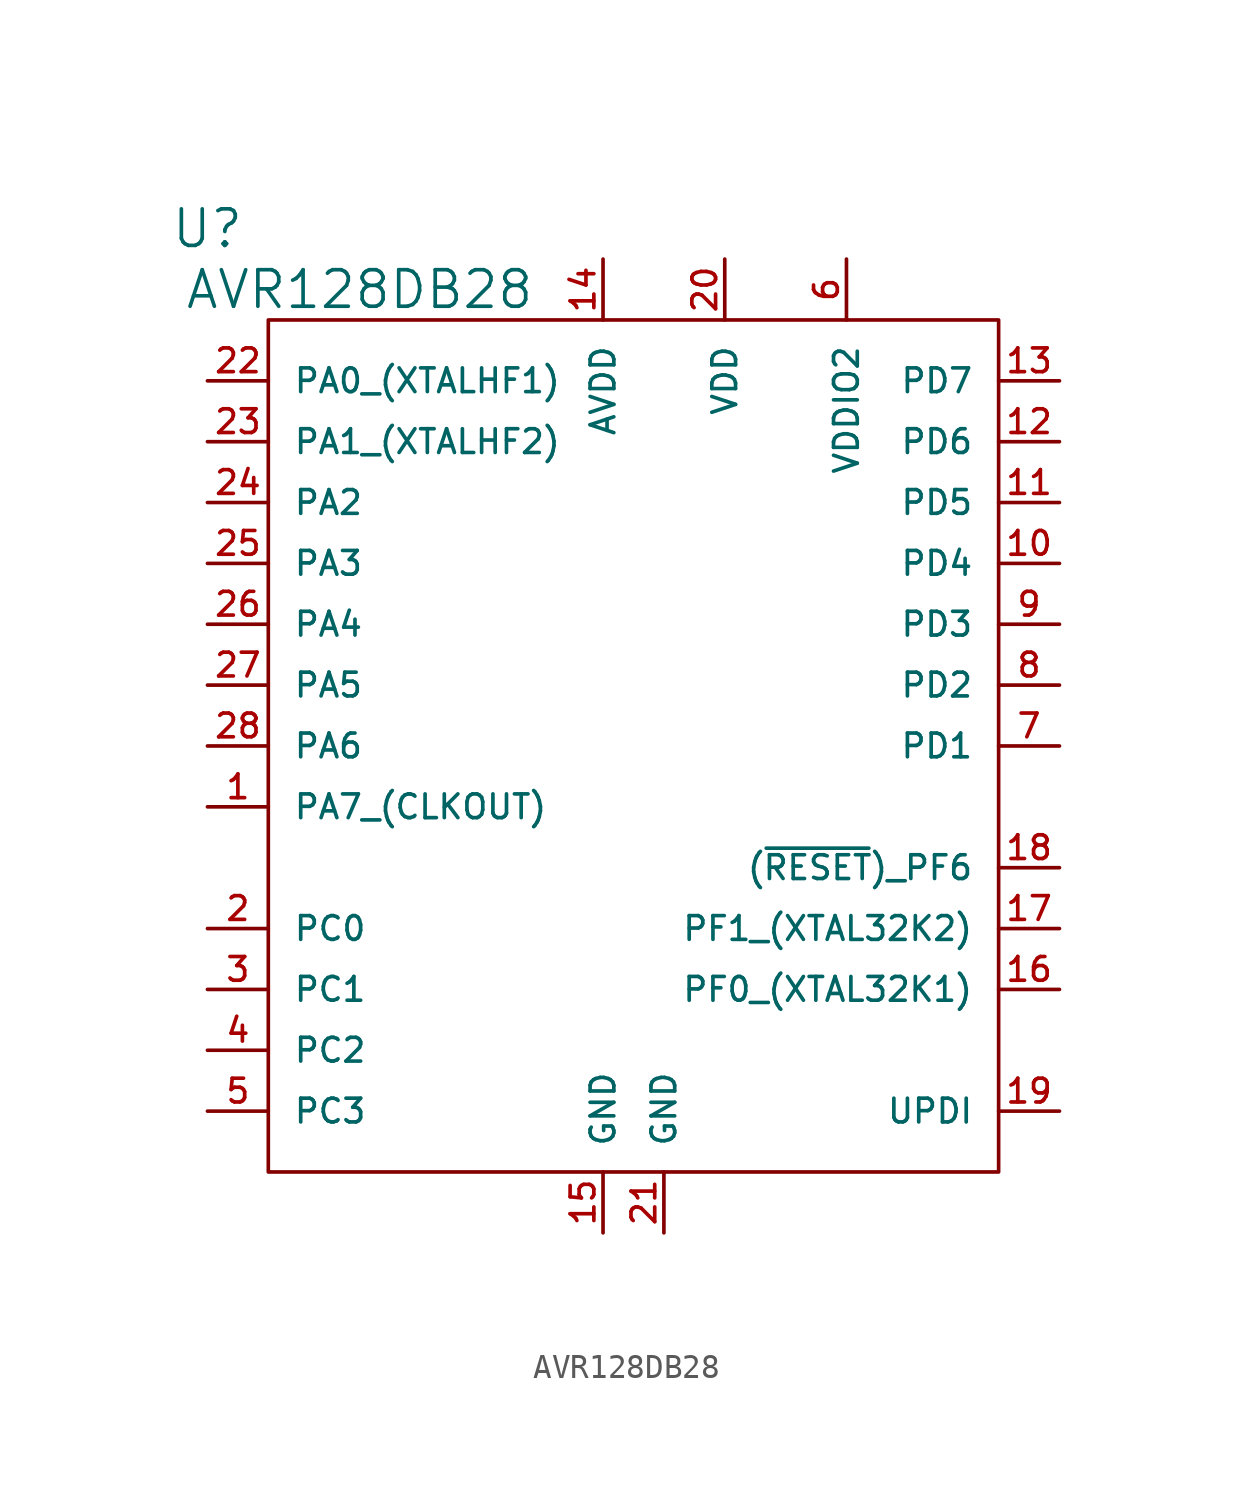
<source format=kicad_sym>
(kicad_symbol_lib
  (version 20220914)
  (generator kicad_symbol_editor)
  (symbol "AVR128DB28"
    (pin_names
      (offset 1.016))
    (property "Reference" "U"
      (at -17.78 21.59 0)
      (effects (font (size 1.524 1.524))))
    (property "Value" "AVR128DB28"
      (at -11.43 19.05 0)
      (effects (font (size 1.524 1.524))))
    (property "Footprint" ""
      (at 0 0 0)
      (effects (font (size 1.524 1.524))))
    (symbol "AVR128DB28_0_1"
      (rectangle (start -15.24 17.78) (end 15.24 -17.78) (stroke (width 0) (type solid)) (fill (type none))))
    (symbol "AVR128DB28_1_1"
      (pin passive line (at -17.78 -2.54 0) (length 2.54) (name "PA7_(CLKOUT)" (effects (font (size 0.991 0.991)))) (number "1" (effects (font (size 0.991 0.991)))))
      (pin passive line (at 17.78 7.62 180) (length 2.54) (name "PD4" (effects (font (size 0.991 0.991)))) (number "10" (effects (font (size 0.991 0.991)))))
      (pin passive line (at 17.78 10.16 180) (length 2.54) (name "PD5" (effects (font (size 0.991 0.991)))) (number "11" (effects (font (size 0.991 0.991)))))
      (pin passive line (at 17.78 12.7 180) (length 2.54) (name "PD6" (effects (font (size 0.991 0.991)))) (number "12" (effects (font (size 0.991 0.991)))))
      (pin passive line (at 17.78 15.24 180) (length 2.54) (name "PD7" (effects (font (size 0.991 0.991)))) (number "13" (effects (font (size 0.991 0.991)))))
      (pin passive line (at -1.27 20.32 270) (length 2.54) (name "AVDD" (effects (font (size 0.991 0.991)))) (number "14" (effects (font (size 0.991 0.991)))))
      (pin passive line (at -1.27 -20.32 90) (length 2.54) (name "GND" (effects (font (size 0.991 0.991)))) (number "15" (effects (font (size 0.991 0.991)))))
      (pin passive line (at 17.78 -10.16 180) (length 2.54) (name "PF0_(XTAL32K1)" (effects (font (size 0.991 0.991)))) (number "16" (effects (font (size 0.991 0.991)))))
      (pin passive line (at 17.78 -7.62 180) (length 2.54) (name "PF1_(XTAL32K2)" (effects (font (size 0.991 0.991)))) (number "17" (effects (font (size 0.991 0.991)))))
      (pin passive line (at 17.78 -5.08 180) (length 2.54) (name "(~{RESET})_PF6" (effects (font (size 0.991 0.991)))) (number "18" (effects (font (size 0.991 0.991)))))
      (pin passive line (at 17.78 -15.24 180) (length 2.54) (name "UPDI" (effects (font (size 0.991 0.991)))) (number "19" (effects (font (size 0.991 0.991)))))
      (pin passive line (at -17.78 -7.62 0) (length 2.54) (name "PC0" (effects (font (size 0.991 0.991)))) (number "2" (effects (font (size 0.991 0.991)))))
      (pin passive line (at 3.81 20.32 270) (length 2.54) (name "VDD" (effects (font (size 0.991 0.991)))) (number "20" (effects (font (size 0.991 0.991)))))
      (pin passive line (at 1.27 -20.32 90) (length 2.54) (name "GND" (effects (font (size 0.991 0.991)))) (number "21" (effects (font (size 0.991 0.991)))))
      (pin passive line (at -17.78 15.24 0) (length 2.54) (name "PA0_(XTALHF1)" (effects (font (size 0.991 0.991)))) (number "22" (effects (font (size 0.991 0.991)))))
      (pin passive line (at -17.78 12.7 0) (length 2.54) (name "PA1_(XTALHF2)" (effects (font (size 0.991 0.991)))) (number "23" (effects (font (size 0.991 0.991)))))
      (pin passive line (at -17.78 10.16 0) (length 2.54) (name "PA2" (effects (font (size 0.991 0.991)))) (number "24" (effects (font (size 0.991 0.991)))))
      (pin passive line (at -17.78 7.62 0) (length 2.54) (name "PA3" (effects (font (size 0.991 0.991)))) (number "25" (effects (font (size 0.991 0.991)))))
      (pin passive line (at -17.78 5.08 0) (length 2.54) (name "PA4" (effects (font (size 0.991 0.991)))) (number "26" (effects (font (size 0.991 0.991)))))
      (pin passive line (at -17.78 2.54 0) (length 2.54) (name "PA5" (effects (font (size 0.991 0.991)))) (number "27" (effects (font (size 0.991 0.991)))))
      (pin passive line (at -17.78 0 0) (length 2.54) (name "PA6" (effects (font (size 0.991 0.991)))) (number "28" (effects (font (size 0.991 0.991)))))
      (pin passive line (at -17.78 -10.16 0) (length 2.54) (name "PC1" (effects (font (size 0.991 0.991)))) (number "3" (effects (font (size 0.991 0.991)))))
      (pin passive line (at -17.78 -12.7 0) (length 2.54) (name "PC2" (effects (font (size 0.991 0.991)))) (number "4" (effects (font (size 0.991 0.991)))))
      (pin passive line (at -17.78 -15.24 0) (length 2.54) (name "PC3" (effects (font (size 0.991 0.991)))) (number "5" (effects (font (size 0.991 0.991)))))
      (pin passive line (at 8.89 20.32 270) (length 2.54) (name "VDDIO2" (effects (font (size 0.991 0.991)))) (number "6" (effects (font (size 0.991 0.991)))))
      (pin passive line (at 17.78 0 180) (length 2.54) (name "PD1" (effects (font (size 0.991 0.991)))) (number "7" (effects (font (size 0.991 0.991)))))
      (pin passive line (at 17.78 2.54 180) (length 2.54) (name "PD2" (effects (font (size 0.991 0.991)))) (number "8" (effects (font (size 0.991 0.991)))))
      (pin passive line (at 17.78 5.08 180) (length 2.54) (name "PD3" (effects (font (size 0.991 0.991)))) (number "9" (effects (font (size 0.991 0.991))))))))
</source>
